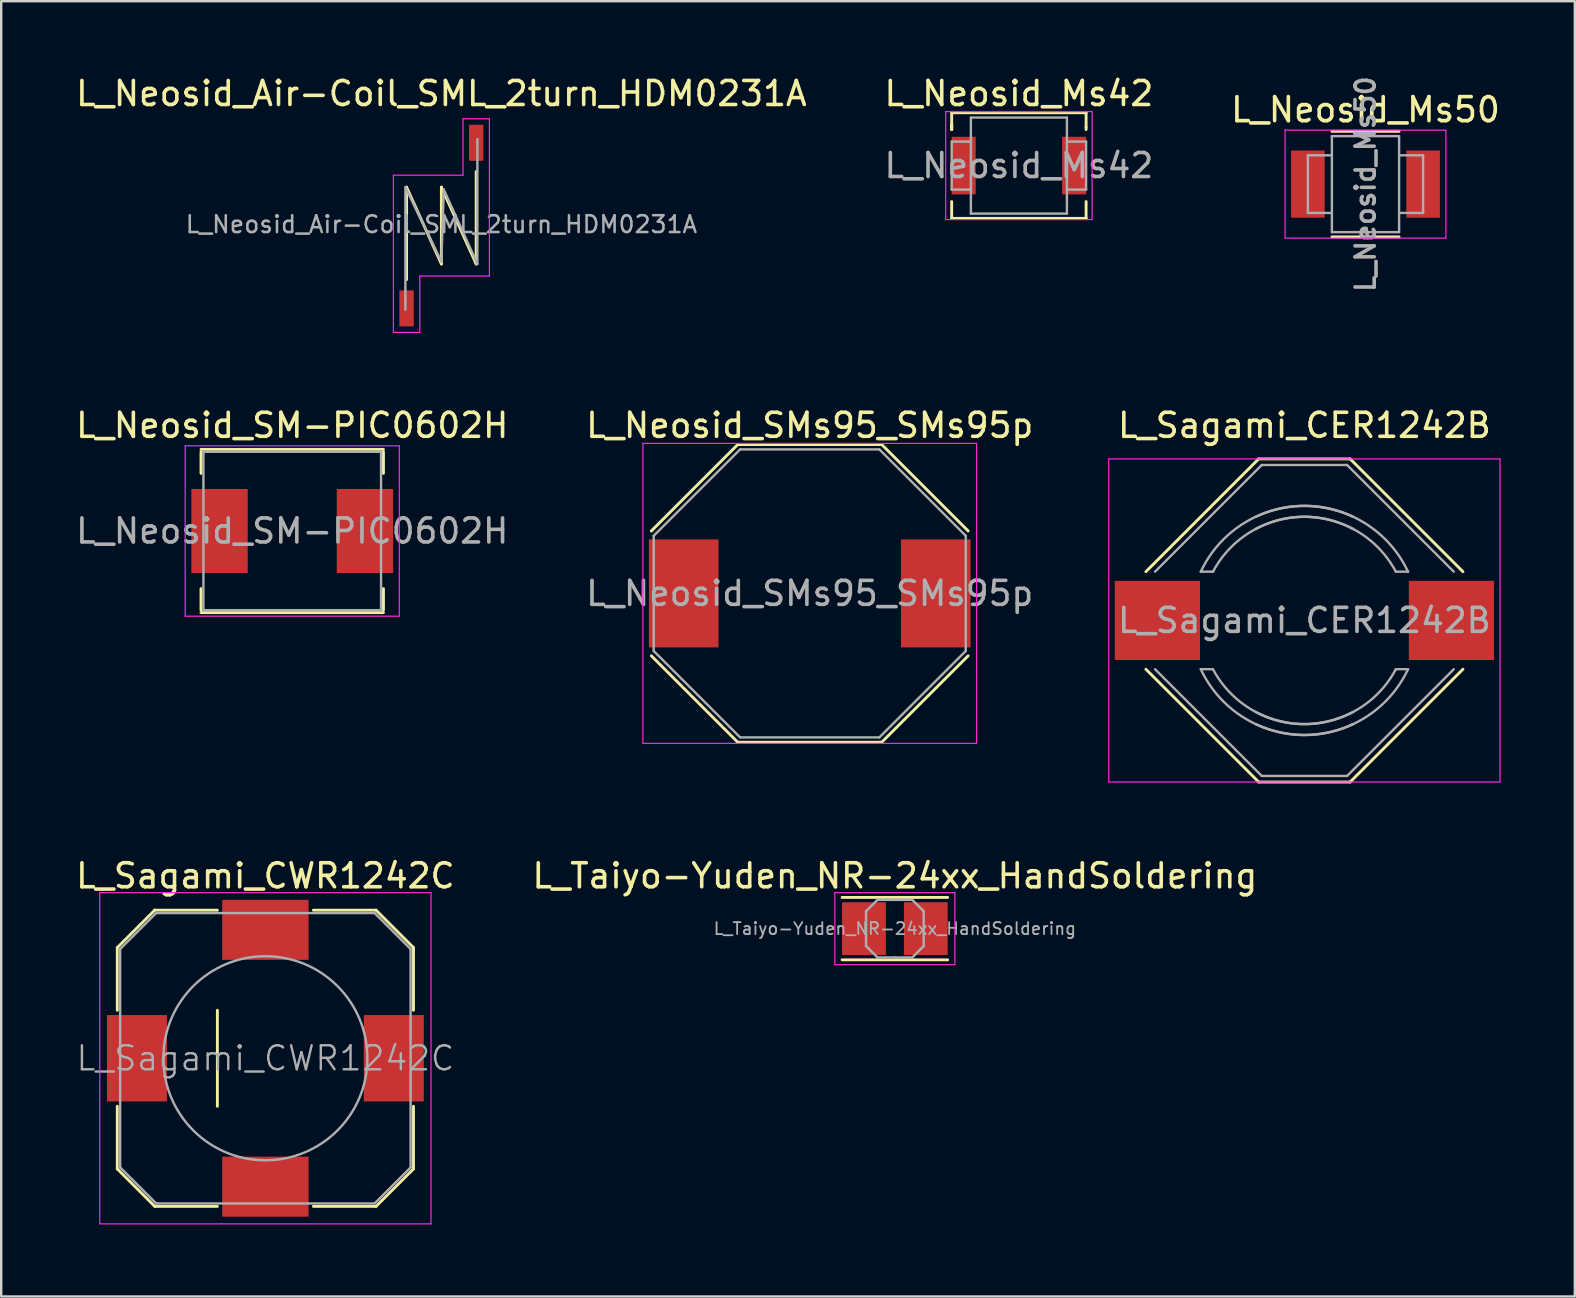
<source format=kicad_pcb>
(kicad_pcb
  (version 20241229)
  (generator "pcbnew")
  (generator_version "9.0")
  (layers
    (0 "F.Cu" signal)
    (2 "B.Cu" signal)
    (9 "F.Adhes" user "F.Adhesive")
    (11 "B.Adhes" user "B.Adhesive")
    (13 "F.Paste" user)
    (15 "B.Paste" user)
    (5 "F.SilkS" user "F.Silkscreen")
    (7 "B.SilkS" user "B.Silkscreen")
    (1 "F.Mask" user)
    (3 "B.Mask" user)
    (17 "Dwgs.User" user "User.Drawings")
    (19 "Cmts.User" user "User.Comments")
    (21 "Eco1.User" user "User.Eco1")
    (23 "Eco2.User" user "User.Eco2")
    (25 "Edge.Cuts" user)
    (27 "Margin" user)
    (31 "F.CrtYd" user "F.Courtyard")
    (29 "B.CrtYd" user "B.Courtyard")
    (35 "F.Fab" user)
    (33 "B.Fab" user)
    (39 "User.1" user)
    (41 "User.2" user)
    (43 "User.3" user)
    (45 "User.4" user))
  (footprint "L_Neosid_SMs95_SMs95p"
    (layer "F.Cu")
    (at 30.685 21.672)
    (property "Reference" "L_Neosid_SMs95_SMs95p" (at 0 -7 0) (layer "F.SilkS") (effects (font (size 1 1) (thickness 0.15))))
    (attr smd)
    (fp_line (start -6.6 -2.6) (end -3 -6.2) (stroke (width 0.12) (type solid)) (layer "F.SilkS"))
    (fp_line (start -3 -6.2) (end 3 -6.2) (stroke (width 0.12) (type solid)) (layer "F.SilkS"))
    (fp_line (start -3 6.2) (end -6.6 2.6) (stroke (width 0.12) (type solid)) (layer "F.SilkS"))
    (fp_line (start 3 -6.2) (end 6.6 -2.6) (stroke (width 0.12) (type solid)) (layer "F.SilkS"))
    (fp_line (start 3 6.2) (end -3 6.2) (stroke (width 0.12) (type solid)) (layer "F.SilkS"))
    (fp_line (start 6.6 2.6) (end 3 6.2) (stroke (width 0.12) (type solid)) (layer "F.SilkS"))
    (fp_line (start -6.95 -6.25) (end -6.95 6.25) (stroke (width 0.05) (type solid)) (layer "F.CrtYd"))
    (fp_line (start -6.95 -6.25) (end 6.95 -6.25) (stroke (width 0.05) (type solid)) (layer "F.CrtYd"))
    (fp_line (start 6.95 6.25) (end -6.95 6.25) (stroke (width 0.05) (type solid)) (layer "F.CrtYd"))
    (fp_line (start 6.95 6.25) (end 6.95 -6.25) (stroke (width 0.05) (type solid)) (layer "F.CrtYd"))
    (fp_line (start -6.5 -2.4) (end -6.5 2.4) (stroke (width 0.1) (type solid)) (layer "F.Fab"))
    (fp_line (start -6.5 -2.4) (end -2.9 -6) (stroke (width 0.1) (type solid)) (layer "F.Fab"))
    (fp_line (start -6.5 2.4) (end -2.9 6) (stroke (width 0.1) (type solid)) (layer "F.Fab"))
    (fp_line (start -2.9 6) (end 2.9 6) (stroke (width 0.1) (type solid)) (layer "F.Fab"))
    (fp_line (start 2.9 -6) (end -2.9 -6) (stroke (width 0.1) (type solid)) (layer "F.Fab"))
    (fp_line (start 2.9 6) (end 6.5 2.4) (stroke (width 0.1) (type solid)) (layer "F.Fab"))
    (fp_line (start 6.5 -2.4) (end 2.9 -6) (stroke (width 0.1) (type solid)) (layer "F.Fab"))
    (fp_line (start 6.5 2.4) (end 6.5 -2.4) (stroke (width 0.1) (type solid)) (layer "F.Fab"))
    (fp_text user "${REFERENCE}" (at 0 0 0) (layer "F.Fab") (effects (font (size 1 1) (thickness 0.15))))
    (pad "1" smd rect (at -5.25 0) (size 2.9 4.5) (layers "F.Cu" "F.Mask" "F.Paste"))
    (pad "2" smd rect (at 5.25 0) (size 2.9 4.5) (layers "F.Cu" "F.Mask" "F.Paste")))
  (footprint "L_Sagami_CWR1242C"
    (layer "F.Cu")
    (at 8.006 41.039)
    (property "Reference" "L_Sagami_CWR1242C" (at 0 -7.6 0) (layer "F.SilkS") (effects (font (size 1 1) (thickness 0.15))))
    (attr smd)
    (fp_line (start -6.17 -4.61) (end -6.17 -2) (stroke (width 0.12) (type solid)) (layer "F.SilkS"))
    (fp_line (start -6.17 2) (end -6.17 4.61) (stroke (width 0.12) (type solid)) (layer "F.SilkS"))
    (fp_line (start -4.61 -6.17) (end -6.17 -4.61) (stroke (width 0.12) (type solid)) (layer "F.SilkS"))
    (fp_line (start -4.61 -6.17) (end -2 -6.17) (stroke (width 0.12) (type solid)) (layer "F.SilkS"))
    (fp_line (start -4.61 6.17) (end -6.17 4.61) (stroke (width 0.12) (type solid)) (layer "F.SilkS"))
    (fp_line (start -4.61 6.17) (end -2 6.17) (stroke (width 0.12) (type solid)) (layer "F.SilkS"))
    (fp_line (start -2 -2) (end -2 2) (stroke (width 0.12) (type solid)) (layer "F.SilkS"))
    (fp_line (start 2 6.17) (end 4.61 6.17) (stroke (width 0.12) (type solid)) (layer "F.SilkS"))
    (fp_line (start 4.61 -6.17) (end 2 -6.17) (stroke (width 0.12) (type solid)) (layer "F.SilkS"))
    (fp_line (start 4.61 -6.17) (end 6.17 -4.61) (stroke (width 0.12) (type solid)) (layer "F.SilkS"))
    (fp_line (start 4.61 6.17) (end 6.17 4.61) (stroke (width 0.12) (type solid)) (layer "F.SilkS"))
    (fp_line (start 6.17 -2) (end 6.17 -4.61) (stroke (width 0.12) (type solid)) (layer "F.SilkS"))
    (fp_line (start 6.17 4.61) (end 6.17 2) (stroke (width 0.12) (type solid)) (layer "F.SilkS"))
    (fp_line (start -6.9 -6.9) (end -6.9 6.9) (stroke (width 0.05) (type solid)) (layer "F.CrtYd"))
    (fp_line (start -6.9 -6.9) (end 6.9 -6.9) (stroke (width 0.05) (type solid)) (layer "F.CrtYd"))
    (fp_line (start -6.9 6.9) (end 6.9 6.9) (stroke (width 0.05) (type solid)) (layer "F.CrtYd"))
    (fp_line (start 6.9 -6.9) (end 6.9 6.9) (stroke (width 0.05) (type solid)) (layer "F.CrtYd"))
    (fp_line (start -6.05 -4.55) (end -4.55 -6.05) (stroke (width 0.1) (type solid)) (layer "F.Fab"))
    (fp_line (start -6.05 4.55) (end -6.05 -4.55) (stroke (width 0.1) (type solid)) (layer "F.Fab"))
    (fp_line (start -6.05 4.55) (end -4.55 6.05) (stroke (width 0.1) (type solid)) (layer "F.Fab"))
    (fp_line (start -4.55 -6.05) (end 4.55 -6.05) (stroke (width 0.1) (type solid)) (layer "F.Fab"))
    (fp_line (start 4.55 -6.05) (end 6.05 -4.55) (stroke (width 0.1) (type solid)) (layer "F.Fab"))
    (fp_line (start 4.55 6.05) (end -4.55 6.05) (stroke (width 0.1) (type solid)) (layer "F.Fab"))
    (fp_line (start 4.55 6.05) (end 6.05 4.55) (stroke (width 0.1) (type solid)) (layer "F.Fab"))
    (fp_line (start 6.05 -4.55) (end 6.05 4.55) (stroke (width 0.1) (type solid)) (layer "F.Fab"))
    (fp_circle (center 0 0) (end 4.25 0) (stroke (width 0.1) (type solid)) (fill no) (layer "F.Fab"))
    (fp_text user "${REFERENCE}" (at 0 0 0) (layer "F.Fab") (effects (font (size 1 1) (thickness 0.1))))
    (pad "1" smd rect (at -5.35 0) (size 2.5 3.6) (layers "F.Cu" "F.Mask" "F.Paste"))
    (pad "1" smd rect (at 0 5.35) (size 3.6 2.5) (layers "F.Cu" "F.Mask" "F.Paste"))
    (pad "2" smd rect (at 0 -5.35) (size 3.6 2.5) (layers "F.Cu" "F.Mask" "F.Paste"))
    (pad "2" smd rect (at 5.35 0) (size 2.5 3.6) (layers "F.Cu" "F.Mask" "F.Paste")))
  (footprint "L_Taiyo-Yuden_NR-24xx_HandSoldering"
    (layer "F.Cu")
    (at 34.232 35.639)
    (property "Reference" "L_Taiyo-Yuden_NR-24xx_HandSoldering" (at 0 -2.2 0) (layer "F.SilkS") (effects (font (size 1 1) (thickness 0.15))))
    (attr smd)
    (fp_line (start -2.2 -1.3) (end 2.2 -1.3) (stroke (width 0.12) (type solid)) (layer "F.SilkS"))
    (fp_line (start -2.2 1.3) (end 2.2 1.3) (stroke (width 0.12) (type solid)) (layer "F.SilkS"))
    (fp_line (start -2.5 -1.5) (end -2.5 1.5) (stroke (width 0.05) (type solid)) (layer "F.CrtYd"))
    (fp_line (start -2.5 1.5) (end 2.5 1.5) (stroke (width 0.05) (type solid)) (layer "F.CrtYd"))
    (fp_line (start 2.5 -1.5) (end -2.5 -1.5) (stroke (width 0.05) (type solid)) (layer "F.CrtYd"))
    (fp_line (start 2.5 1.5) (end 2.5 -1.5) (stroke (width 0.05) (type solid)) (layer "F.CrtYd"))
    (fp_line (start -1.2 -0.725) (end -0.725 -1.2) (stroke (width 0.1) (type solid)) (layer "F.Fab"))
    (fp_line (start -1.2 0) (end -1.2 -0.725) (stroke (width 0.1) (type solid)) (layer "F.Fab"))
    (fp_line (start -1.2 0) (end -1.2 0.725) (stroke (width 0.1) (type solid)) (layer "F.Fab"))
    (fp_line (start -1.2 0.725) (end -0.725 1.2) (stroke (width 0.1) (type solid)) (layer "F.Fab"))
    (fp_line (start -0.725 -1.2) (end 0 -1.2) (stroke (width 0.1) (type solid)) (layer "F.Fab"))
    (fp_line (start -0.725 1.2) (end 0 1.2) (stroke (width 0.1) (type solid)) (layer "F.Fab"))
    (fp_line (start 0.725 -1.2) (end 0 -1.2) (stroke (width 0.1) (type solid)) (layer "F.Fab"))
    (fp_line (start 0.725 1.2) (end 0 1.2) (stroke (width 0.1) (type solid)) (layer "F.Fab"))
    (fp_line (start 1.2 -0.725) (end 0.725 -1.2) (stroke (width 0.1) (type solid)) (layer "F.Fab"))
    (fp_line (start 1.2 0) (end 1.2 -0.725) (stroke (width 0.1) (type solid)) (layer "F.Fab"))
    (fp_line (start 1.2 0) (end 1.2 0.725) (stroke (width 0.1) (type solid)) (layer "F.Fab"))
    (fp_line (start 1.2 0.725) (end 0.725 1.2) (stroke (width 0.1) (type solid)) (layer "F.Fab"))
    (fp_text user "${REFERENCE}" (at 0 0 0) (layer "F.Fab") (effects (font (size 0.5 0.5) (thickness 0.075))))
    (pad "1" smd rect (at -1.288 0) (size 1.825 2.2) (layers "F.Cu" "F.Mask" "F.Paste"))
    (pad "2" smd rect (at 1.288 0) (size 1.825 2.2) (layers "F.Cu" "F.Mask" "F.Paste")))
  (footprint "L_Neosid_SM-PIC0602H"
    (layer "F.Cu")
    (at 9.125 19.072)
    (property "Reference" "L_Neosid_SM-PIC0602H" (at 0 -4.4 0) (layer "F.SilkS") (effects (font (size 1 1) (thickness 0.15))))
    (attr smd)
    (fp_line (start -3.8 -3.3) (end -3.8 -2.4) (stroke (width 0.12) (type solid)) (layer "F.SilkS"))
    (fp_line (start -3.8 2.4) (end -3.8 3.3) (stroke (width 0.12) (type solid)) (layer "F.SilkS"))
    (fp_line (start -3.8 3.4) (end 3.8 3.4) (stroke (width 0.12) (type solid)) (layer "F.SilkS"))
    (fp_line (start 3.8 -3.4) (end -3.8 -3.4) (stroke (width 0.12) (type solid)) (layer "F.SilkS"))
    (fp_line (start 3.8 -2.4) (end 3.8 -3.3) (stroke (width 0.12) (type solid)) (layer "F.SilkS"))
    (fp_line (start 3.8 3.3) (end 3.8 2.4) (stroke (width 0.12) (type solid)) (layer "F.SilkS"))
    (fp_line (start -4.46 -3.55) (end -4.46 3.55) (stroke (width 0.05) (type solid)) (layer "F.CrtYd"))
    (fp_line (start -4.46 -3.55) (end 4.46 -3.55) (stroke (width 0.05) (type solid)) (layer "F.CrtYd"))
    (fp_line (start 4.46 3.55) (end -4.46 3.55) (stroke (width 0.05) (type solid)) (layer "F.CrtYd"))
    (fp_line (start 4.46 3.55) (end 4.46 -3.55) (stroke (width 0.05) (type solid)) (layer "F.CrtYd"))
    (fp_line (start -3.7 -3.3) (end -3.7 3.3) (stroke (width 0.1) (type solid)) (layer "F.Fab"))
    (fp_line (start -3.7 3.3) (end 3.7 3.3) (stroke (width 0.1) (type solid)) (layer "F.Fab"))
    (fp_line (start 3.7 -3.3) (end -3.7 -3.3) (stroke (width 0.1) (type solid)) (layer "F.Fab"))
    (fp_line (start 3.7 3.3) (end 3.7 -3.3) (stroke (width 0.1) (type solid)) (layer "F.Fab"))
    (fp_text user "${REFERENCE}" (at 0 0 0) (layer "F.Fab") (effects (font (size 1 1) (thickness 0.15))))
    (pad "1" smd rect (at -3.03 0) (size 2.35 3.5) (layers "F.Cu" "F.Mask" "F.Paste"))
    (pad "2" smd rect (at 3.03 0) (size 2.35 3.5) (layers "F.Cu" "F.Mask" "F.Paste")))
  (footprint "L_Sagami_CER1242B"
    (layer "F.Cu")
    (at 51.294 22.799)
    (property "Reference" "L_Sagami_CER1242B" (at 0 -8.128 0) (layer "F.SilkS") (effects (font (size 1 1) (thickness 0.15))))
    (attr smd)
    (fp_line (start -6.604 -2.032) (end -1.905 -6.731) (stroke (width 0.12) (type solid)) (layer "F.SilkS"))
    (fp_line (start -6.604 2.032) (end -1.905 6.731) (stroke (width 0.12) (type solid)) (layer "F.SilkS"))
    (fp_line (start -1.905 -6.731) (end 1.905 -6.731) (stroke (width 0.12) (type solid)) (layer "F.SilkS"))
    (fp_line (start -1.905 6.731) (end 1.905 6.731) (stroke (width 0.12) (type solid)) (layer "F.SilkS"))
    (fp_line (start 1.905 -6.731) (end 6.604 -2.032) (stroke (width 0.12) (type solid)) (layer "F.SilkS"))
    (fp_line (start 1.905 6.731) (end 6.604 2.032) (stroke (width 0.12) (type solid)) (layer "F.SilkS"))
    (fp_line (start -8.15 -6.73) (end -8.15 6.73) (stroke (width 0.05) (type solid)) (layer "F.CrtYd"))
    (fp_line (start -8.15 -6.73) (end 8.15 -6.73) (stroke (width 0.05) (type solid)) (layer "F.CrtYd"))
    (fp_line (start -8.15 6.73) (end 8.15 6.73) (stroke (width 0.05) (type solid)) (layer "F.CrtYd"))
    (fp_line (start 8.15 -6.73) (end 8.15 6.73) (stroke (width 0.05) (type solid)) (layer "F.CrtYd"))
    (fp_line (start -6.223 -2.032) (end -1.778 -6.477) (stroke (width 0.1) (type solid)) (layer "F.Fab"))
    (fp_line (start -6.223 2.032) (end -1.778 6.477) (stroke (width 0.1) (type solid)) (layer "F.Fab"))
    (fp_line (start -3.81 -2.032) (end -4.318 -2.032) (stroke (width 0.1) (type solid)) (layer "F.Fab"))
    (fp_line (start -3.81 2.032) (end -4.318 2.032) (stroke (width 0.1) (type solid)) (layer "F.Fab"))
    (fp_line (start -1.778 6.477) (end 1.778 6.477) (stroke (width 0.1) (type solid)) (layer "F.Fab"))
    (fp_line (start 1.778 -6.477) (end -1.778 -6.477) (stroke (width 0.1) (type solid)) (layer "F.Fab"))
    (fp_line (start 1.778 6.477) (end 6.223 2.032) (stroke (width 0.1) (type solid)) (layer "F.Fab"))
    (fp_line (start 3.81 -2.032) (end 4.318 -2.032) (stroke (width 0.1) (type solid)) (layer "F.Fab"))
    (fp_line (start 3.81 2.032) (end 4.318 2.032) (stroke (width 0.1) (type solid)) (layer "F.Fab"))
    (fp_line (start 6.223 -2.032) (end 1.778 -6.477) (stroke (width 0.1) (type solid)) (layer "F.Fab"))
    (fp_arc (start -4.318 -2.032) (mid -1.616446 -4.490128) (end 2.032 -4.318) (stroke (width 0.1) (type solid)) (layer "F.Fab"))
    (fp_arc (start -3.81 -2.032) (mid -1.257236 -4.130918) (end 2.032 -3.81) (stroke (width 0.1) (type solid)) (layer "F.Fab"))
    (fp_arc (start -2.032 -4.318) (mid 1.616446 -4.490128) (end 4.318 -2.032) (stroke (width 0.1) (type solid)) (layer "F.Fab"))
    (fp_arc (start -2.032 -3.81) (mid 1.257236 -4.130918) (end 3.81 -2.032) (stroke (width 0.1) (type solid)) (layer "F.Fab"))
    (fp_arc (start 2.032 3.81) (mid -1.257236 4.130918) (end -3.81 2.032) (stroke (width 0.1) (type solid)) (layer "F.Fab"))
    (fp_arc (start 2.032 4.318) (mid -1.616446 4.490128) (end -4.318 2.032) (stroke (width 0.1) (type solid)) (layer "F.Fab"))
    (fp_arc (start 3.81 2.032) (mid 1.257236 4.130918) (end -2.032 3.81) (stroke (width 0.1) (type solid)) (layer "F.Fab"))
    (fp_arc (start 4.318 2.032) (mid 1.616446 4.490128) (end -2.032 4.318) (stroke (width 0.1) (type solid)) (layer "F.Fab"))
    (fp_text user "${REFERENCE}" (at 0 0 0) (layer "F.Fab") (effects (font (size 1 1) (thickness 0.15))))
    (pad "1" smd rect (at -6.125 0) (size 3.55 3.3) (layers "F.Cu" "F.Mask" "F.Paste"))
    (pad "2" smd rect (at 6.125 0) (size 3.55 3.3) (layers "F.Cu" "F.Mask" "F.Paste")))
  (footprint "L_Neosid_Ms50"
    (layer "F.Cu")
    (at 53.839 4.621)
    (property "Reference" "L_Neosid_Ms50" (at 0 -3.1 0) (layer "F.SilkS") (effects (font (size 1 1) (thickness 0.15))))
    (attr smd)
    (fp_line (start -1.4 2.2) (end 1.4 2.2) (stroke (width 0.12) (type solid)) (layer "F.SilkS"))
    (fp_line (start 1.4 -2.2) (end -1.4 -2.2) (stroke (width 0.12) (type solid)) (layer "F.SilkS"))
    (fp_line (start -3.35 -2.25) (end -3.35 2.25) (stroke (width 0.05) (type solid)) (layer "F.CrtYd"))
    (fp_line (start -3.35 -2.25) (end 3.35 -2.25) (stroke (width 0.05) (type solid)) (layer "F.CrtYd"))
    (fp_line (start 3.35 2.25) (end -3.35 2.25) (stroke (width 0.05) (type solid)) (layer "F.CrtYd"))
    (fp_line (start 3.35 2.25) (end 3.35 -2.25) (stroke (width 0.05) (type solid)) (layer "F.CrtYd"))
    (fp_line (start -2.4 -1.2) (end -2.4 1.2) (stroke (width 0.1) (type solid)) (layer "F.Fab"))
    (fp_line (start -2.4 -1.2) (end -1.4 -1.2) (stroke (width 0.1) (type solid)) (layer "F.Fab"))
    (fp_line (start -2.4 1.2) (end -1.4 1.2) (stroke (width 0.1) (type solid)) (layer "F.Fab"))
    (fp_line (start -1.4 -2) (end -1.4 2) (stroke (width 0.1) (type solid)) (layer "F.Fab"))
    (fp_line (start -1.4 2) (end 1.4 2) (stroke (width 0.1) (type solid)) (layer "F.Fab"))
    (fp_line (start 1.4 -2) (end -1.4 -2) (stroke (width 0.1) (type solid)) (layer "F.Fab"))
    (fp_line (start 1.4 1.2) (end 2.4 1.2) (stroke (width 0.1) (type solid)) (layer "F.Fab"))
    (fp_line (start 1.4 2) (end 1.4 -2) (stroke (width 0.1) (type solid)) (layer "F.Fab"))
    (fp_line (start 2.4 -1.2) (end 1.4 -1.2) (stroke (width 0.1) (type solid)) (layer "F.Fab"))
    (fp_line (start 2.4 1.2) (end 2.4 -1.2) (stroke (width 0.1) (type solid)) (layer "F.Fab"))
    (fp_text user "${REFERENCE}" (at 0 0 90) (layer "F.Fab") (effects (font (size 0.8 0.8) (thickness 0.15))))
    (pad "1" smd rect (at -2.4 0) (size 1.4 2.8) (layers "F.Cu" "F.Mask" "F.Paste"))
    (pad "2" smd rect (at 2.4 0) (size 1.4 2.8) (layers "F.Cu" "F.Mask" "F.Paste")))
  (footprint "L_Neosid_Air-Coil_SML_2turn_HDM0231A"
    (layer "F.Cu")
    (at 15.339 6.348)
    (property "Reference" "L_Neosid_Air-Coil_SML_2turn_HDM0231A" (at 0 -5.5 0) (layer "F.SilkS") (effects (font (size 1 1) (thickness 0.15))))
    (attr smd)
    (fp_line (start -1.45 -1.6) (end -1.45 2.25) (stroke (width 0.12) (type solid)) (layer "F.SilkS"))
    (fp_line (start -1.45 -1.6) (end 0 1.6) (stroke (width 0.12) (type solid)) (layer "F.SilkS"))
    (fp_line (start 0 -1.6) (end 0 1.6) (stroke (width 0.12) (type solid)) (layer "F.SilkS"))
    (fp_line (start 0 -1.6) (end 1.45 1.6) (stroke (width 0.12) (type solid)) (layer "F.SilkS"))
    (fp_line (start 1.45 1.6) (end 1.45 -2.25) (stroke (width 0.12) (type solid)) (layer "F.SilkS"))
    (fp_line (start -2 -2.1) (end -2 4.45) (stroke (width 0.05) (type solid)) (layer "F.CrtYd"))
    (fp_line (start -2 4.45) (end -0.9 4.45) (stroke (width 0.05) (type solid)) (layer "F.CrtYd"))
    (fp_line (start -0.9 2.1) (end 2 2.1) (stroke (width 0.05) (type solid)) (layer "F.CrtYd"))
    (fp_line (start -0.9 4.45) (end -0.9 2.1) (stroke (width 0.05) (type solid)) (layer "F.CrtYd"))
    (fp_line (start 0.9 -4.45) (end 0.9 -2.1) (stroke (width 0.05) (type solid)) (layer "F.CrtYd"))
    (fp_line (start 0.9 -2.1) (end -2 -2.1) (stroke (width 0.05) (type solid)) (layer "F.CrtYd"))
    (fp_line (start 2 -4.45) (end 0.9 -4.45) (stroke (width 0.05) (type solid)) (layer "F.CrtYd"))
    (fp_line (start 2 2.1) (end 2 -4.45) (stroke (width 0.05) (type solid)) (layer "F.CrtYd"))
    (fp_line (start -1.5 -1.6) (end 0 1.5) (stroke (width 0.1) (type solid)) (layer "F.Fab"))
    (fp_line (start -1.5 3.5) (end -1.5 -1.6) (stroke (width 0.1) (type solid)) (layer "F.Fab"))
    (fp_line (start 0 1.5) (end 0.1 -1.5) (stroke (width 0.1) (type solid)) (layer "F.Fab"))
    (fp_line (start 0.1 -1.5) (end 1.5 1.6) (stroke (width 0.1) (type solid)) (layer "F.Fab"))
    (fp_line (start 1.5 1.6) (end 1.5 -3.6) (stroke (width 0.1) (type solid)) (layer "F.Fab"))
    (fp_text user "${REFERENCE}" (at 0 -0.05 0) (layer "F.Fab") (effects (font (size 0.7 0.7) (thickness 0.105))))
    (pad "1" smd rect (at -1.45 3.45) (size 0.6 1.5) (layers "F.Cu" "F.Mask" "F.Paste"))
    (pad "2" smd rect (at 1.45 -3.45) (size 0.6 1.5) (layers "F.Cu" "F.Mask" "F.Paste")))
  (footprint "L_Neosid_Ms42"
    (layer "F.Cu")
    (at 39.399 3.848)
    (property "Reference" "L_Neosid_Ms42" (at 0 -3 0) (layer "F.SilkS") (effects (font (size 1 1) (thickness 0.15))))
    (attr smd)
    (fp_line (start -2.8 -2.2) (end -2.8 -1.5) (stroke (width 0.12) (type solid)) (layer "F.SilkS"))
    (fp_line (start -2.8 -1.7) (end -2.8 -1.5) (stroke (width 0.12) (type solid)) (layer "F.SilkS"))
    (fp_line (start -2.8 -1.5) (end -2.8 -1.7) (stroke (width 0.12) (type solid)) (layer "F.SilkS"))
    (fp_line (start -2.8 2.2) (end -2.8 1.5) (stroke (width 0.12) (type solid)) (layer "F.SilkS"))
    (fp_line (start 2.8 -2.2) (end -2.8 -2.2) (stroke (width 0.12) (type solid)) (layer "F.SilkS"))
    (fp_line (start 2.8 -2.2) (end 2.8 -1.6) (stroke (width 0.12) (type solid)) (layer "F.SilkS"))
    (fp_line (start 2.8 -1.6) (end 2.8 -1.5) (stroke (width 0.12) (type solid)) (layer "F.SilkS"))
    (fp_line (start 2.8 1.5) (end 2.8 2.2) (stroke (width 0.12) (type solid)) (layer "F.SilkS"))
    (fp_line (start 2.8 2.2) (end -2.8 2.2) (stroke (width 0.12) (type solid)) (layer "F.SilkS"))
    (fp_line (start -3.05 -2.25) (end -3.05 2.25) (stroke (width 0.05) (type solid)) (layer "F.CrtYd"))
    (fp_line (start -3.05 -2.25) (end 3.05 -2.25) (stroke (width 0.05) (type solid)) (layer "F.CrtYd"))
    (fp_line (start 3.05 2.25) (end -3.05 2.25) (stroke (width 0.05) (type solid)) (layer "F.CrtYd"))
    (fp_line (start 3.05 2.25) (end 3.05 -2.25) (stroke (width 0.05) (type solid)) (layer "F.CrtYd"))
    (fp_line (start -2.8 -1) (end -2 -1) (stroke (width 0.1) (type solid)) (layer "F.Fab"))
    (fp_line (start -2.8 1) (end -2.8 -1) (stroke (width 0.1) (type solid)) (layer "F.Fab"))
    (fp_line (start -2 -2) (end 2 -2) (stroke (width 0.1) (type solid)) (layer "F.Fab"))
    (fp_line (start -2 1) (end -2.8 1) (stroke (width 0.1) (type solid)) (layer "F.Fab"))
    (fp_line (start -2 2) (end -2 -2) (stroke (width 0.1) (type solid)) (layer "F.Fab"))
    (fp_line (start 2 -2) (end 2 2) (stroke (width 0.1) (type solid)) (layer "F.Fab"))
    (fp_line (start 2 -1) (end 2.8 -1) (stroke (width 0.1) (type solid)) (layer "F.Fab"))
    (fp_line (start 2 2) (end -2 2) (stroke (width 0.1) (type solid)) (layer "F.Fab"))
    (fp_line (start 2.8 -1) (end 2.8 1) (stroke (width 0.1) (type solid)) (layer "F.Fab"))
    (fp_line (start 2.8 1) (end 2 1) (stroke (width 0.1) (type solid)) (layer "F.Fab"))
    (fp_text user "${REFERENCE}" (at 0 0 0) (layer "F.Fab") (effects (font (size 1 1) (thickness 0.15))))
    (pad "1" smd rect (at -2.3 0) (size 1 2.4) (layers "F.Cu" "F.Mask" "F.Paste"))
    (pad "2" smd rect (at 2.3 0) (size 1 2.4) (layers "F.Cu" "F.Mask" "F.Paste")))
  (gr_rect
    (start -3 -3)
    (end 62.56 50.964)
    (stroke (width 0.1) (type default))
    (fill no)
    (layer "Edge.Cuts")))
</source>
